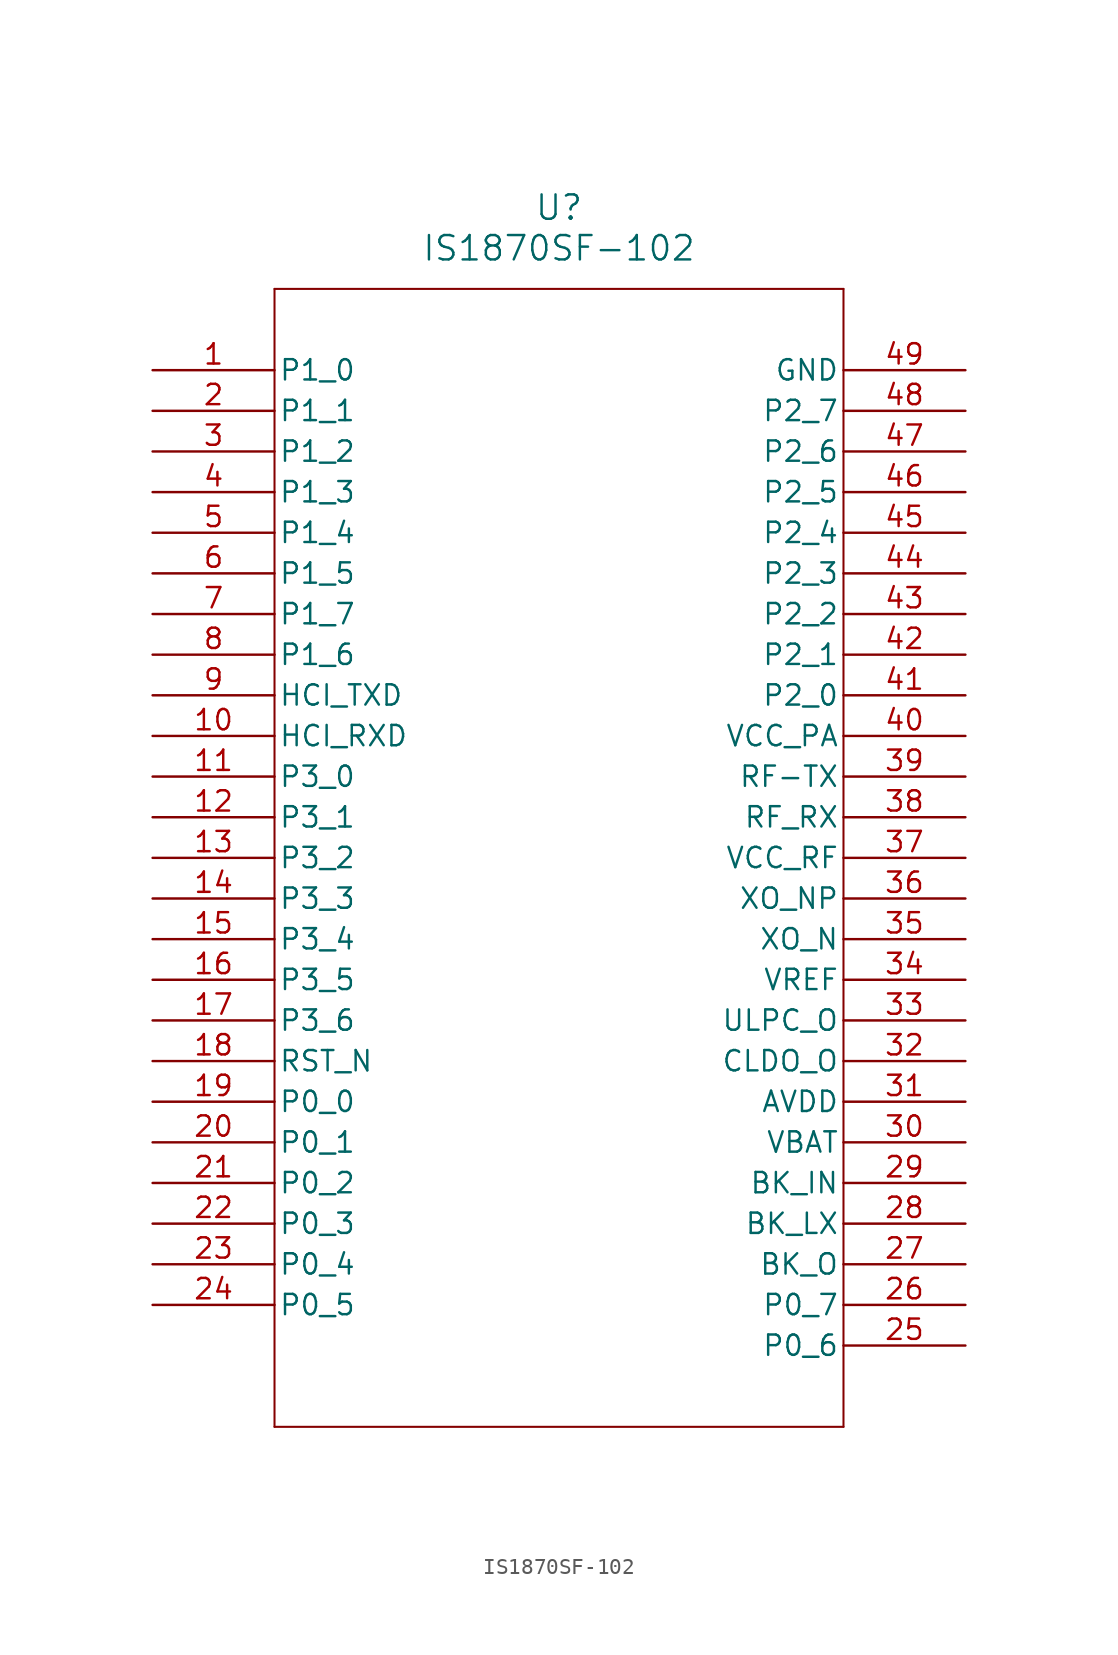
<source format=kicad_sym>
(kicad_symbol_lib
  (version 20211014)
  (generator kicad_symbol_editor)
  (symbol "IS1870SF-102"
    (pin_names
      (offset 0.254))
    (property "Reference" "U"
      (at 25.4 10.16 0)
      (effects (font (size 1.524 1.524))))
    (property "Value" "IS1870SF-102"
      (at 25.4 7.62 0)
      (effects (font (size 1.524 1.524))))
    (symbol "IS1870SF-102_0_1"
      (polyline (pts (xy 7.62 5.08) (xy 7.62 -66.04)) (stroke (width 0.127) (type default) (color 0 0 0 0)) (fill (type none)))
      (polyline (pts (xy 7.62 -66.04) (xy 43.18 -66.04)) (stroke (width 0.127) (type default) (color 0 0 0 0)) (fill (type none)))
      (polyline (pts (xy 43.18 -66.04) (xy 43.18 5.08)) (stroke (width 0.127) (type default) (color 0 0 0 0)) (fill (type none)))
      (polyline (pts (xy 43.18 5.08) (xy 7.62 5.08)) (stroke (width 0.127) (type default) (color 0 0 0 0)) (fill (type none)))
      (pin bidirectional line (at 0 0 0) (length 7.62) (name "P1_0" (effects (font (size 1.27 1.27)))) (number "1" (effects (font (size 1.27 1.27)))))
      (pin bidirectional line (at 0 -2.54 0) (length 7.62) (name "P1_1" (effects (font (size 1.27 1.27)))) (number "2" (effects (font (size 1.27 1.27)))))
      (pin bidirectional line (at 0 -5.08 0) (length 7.62) (name "P1_2" (effects (font (size 1.27 1.27)))) (number "3" (effects (font (size 1.27 1.27)))))
      (pin bidirectional line (at 0 -7.62 0) (length 7.62) (name "P1_3" (effects (font (size 1.27 1.27)))) (number "4" (effects (font (size 1.27 1.27)))))
      (pin bidirectional line (at 0 -10.16 0) (length 7.62) (name "P1_4" (effects (font (size 1.27 1.27)))) (number "5" (effects (font (size 1.27 1.27)))))
      (pin bidirectional line (at 0 -12.7 0) (length 7.62) (name "P1_5" (effects (font (size 1.27 1.27)))) (number "6" (effects (font (size 1.27 1.27)))))
      (pin bidirectional line (at 0 -15.24 0) (length 7.62) (name "P1_7" (effects (font (size 1.27 1.27)))) (number "7" (effects (font (size 1.27 1.27)))))
      (pin bidirectional line (at 0 -17.78 0) (length 7.62) (name "P1_6" (effects (font (size 1.27 1.27)))) (number "8" (effects (font (size 1.27 1.27)))))
      (pin output line (at 0 -20.32 0) (length 7.62) (name "HCI_TXD" (effects (font (size 1.27 1.27)))) (number "9" (effects (font (size 1.27 1.27)))))
      (pin input line (at 0 -22.86 0) (length 7.62) (name "HCI_RXD" (effects (font (size 1.27 1.27)))) (number "10" (effects (font (size 1.27 1.27)))))
      (pin bidirectional line (at 0 -25.4 0) (length 7.62) (name "P3_0" (effects (font (size 1.27 1.27)))) (number "11" (effects (font (size 1.27 1.27)))))
      (pin bidirectional line (at 0 -27.94 0) (length 7.62) (name "P3_1" (effects (font (size 1.27 1.27)))) (number "12" (effects (font (size 1.27 1.27)))))
      (pin bidirectional line (at 0 -30.48 0) (length 7.62) (name "P3_2" (effects (font (size 1.27 1.27)))) (number "13" (effects (font (size 1.27 1.27)))))
      (pin bidirectional line (at 0 -33.02 0) (length 7.62) (name "P3_3" (effects (font (size 1.27 1.27)))) (number "14" (effects (font (size 1.27 1.27)))))
      (pin bidirectional line (at 0 -35.56 0) (length 7.62) (name "P3_4" (effects (font (size 1.27 1.27)))) (number "15" (effects (font (size 1.27 1.27)))))
      (pin bidirectional line (at 0 -38.1 0) (length 7.62) (name "P3_5" (effects (font (size 1.27 1.27)))) (number "16" (effects (font (size 1.27 1.27)))))
      (pin bidirectional line (at 0 -40.64 0) (length 7.62) (name "P3_6" (effects (font (size 1.27 1.27)))) (number "17" (effects (font (size 1.27 1.27)))))
      (pin input line (at 0 -43.18 0) (length 7.62) (name "RST_N" (effects (font (size 1.27 1.27)))) (number "18" (effects (font (size 1.27 1.27)))))
      (pin bidirectional line (at 0 -45.72 0) (length 7.62) (name "P0_0" (effects (font (size 1.27 1.27)))) (number "19" (effects (font (size 1.27 1.27)))))
      (pin bidirectional line (at 0 -48.26 0) (length 7.62) (name "P0_1" (effects (font (size 1.27 1.27)))) (number "20" (effects (font (size 1.27 1.27)))))
      (pin bidirectional line (at 0 -50.8 0) (length 7.62) (name "P0_2" (effects (font (size 1.27 1.27)))) (number "21" (effects (font (size 1.27 1.27)))))
      (pin bidirectional line (at 0 -53.34 0) (length 7.62) (name "P0_3" (effects (font (size 1.27 1.27)))) (number "22" (effects (font (size 1.27 1.27)))))
      (pin bidirectional line (at 0 -55.88 0) (length 7.62) (name "P0_4" (effects (font (size 1.27 1.27)))) (number "23" (effects (font (size 1.27 1.27)))))
      (pin bidirectional line (at 0 -58.42 0) (length 7.62) (name "P0_5" (effects (font (size 1.27 1.27)))) (number "24" (effects (font (size 1.27 1.27)))))
      (pin bidirectional line (at 50.8 -60.96 180) (length 7.62) (name "P0_6" (effects (font (size 1.27 1.27)))) (number "25" (effects (font (size 1.27 1.27)))))
      (pin bidirectional line (at 50.8 -58.42 180) (length 7.62) (name "P0_7" (effects (font (size 1.27 1.27)))) (number "26" (effects (font (size 1.27 1.27)))))
      (pin power_in line (at 50.8 -55.88 180) (length 7.62) (name "BK_O" (effects (font (size 1.27 1.27)))) (number "27" (effects (font (size 1.27 1.27)))))
      (pin power_in line (at 50.8 -53.34 180) (length 7.62) (name "BK_LX" (effects (font (size 1.27 1.27)))) (number "28" (effects (font (size 1.27 1.27)))))
      (pin power_in line (at 50.8 -50.8 180) (length 7.62) (name "BK_IN" (effects (font (size 1.27 1.27)))) (number "29" (effects (font (size 1.27 1.27)))))
      (pin power_in line (at 50.8 -48.26 180) (length 7.62) (name "VBAT" (effects (font (size 1.27 1.27)))) (number "30" (effects (font (size 1.27 1.27)))))
      (pin power_in line (at 50.8 -45.72 180) (length 7.62) (name "AVDD" (effects (font (size 1.27 1.27)))) (number "31" (effects (font (size 1.27 1.27)))))
      (pin power_in line (at 50.8 -43.18 180) (length 7.62) (name "CLDO_O" (effects (font (size 1.27 1.27)))) (number "32" (effects (font (size 1.27 1.27)))))
      (pin power_in line (at 50.8 -40.64 180) (length 7.62) (name "ULPC_O" (effects (font (size 1.27 1.27)))) (number "33" (effects (font (size 1.27 1.27)))))
      (pin power_in line (at 50.8 -38.1 180) (length 7.62) (name "VREF" (effects (font (size 1.27 1.27)))) (number "34" (effects (font (size 1.27 1.27)))))
      (pin unspecified line (at 50.8 -35.56 180) (length 7.62) (name "XO_N" (effects (font (size 1.27 1.27)))) (number "35" (effects (font (size 1.27 1.27)))))
      (pin unspecified line (at 50.8 -33.02 180) (length 7.62) (name "XO_NP" (effects (font (size 1.27 1.27)))) (number "36" (effects (font (size 1.27 1.27)))))
      (pin power_in line (at 50.8 -30.48 180) (length 7.62) (name "VCC_RF" (effects (font (size 1.27 1.27)))) (number "37" (effects (font (size 1.27 1.27)))))
      (pin unspecified line (at 50.8 -27.94 180) (length 7.62) (name "RF_RX" (effects (font (size 1.27 1.27)))) (number "38" (effects (font (size 1.27 1.27)))))
      (pin unspecified line (at 50.8 -25.4 180) (length 7.62) (name "RF-TX" (effects (font (size 1.27 1.27)))) (number "39" (effects (font (size 1.27 1.27)))))
      (pin power_in line (at 50.8 -22.86 180) (length 7.62) (name "VCC_PA" (effects (font (size 1.27 1.27)))) (number "40" (effects (font (size 1.27 1.27)))))
      (pin bidirectional line (at 50.8 -20.32 180) (length 7.62) (name "P2_0" (effects (font (size 1.27 1.27)))) (number "41" (effects (font (size 1.27 1.27)))))
      (pin bidirectional line (at 50.8 -17.78 180) (length 7.62) (name "P2_1" (effects (font (size 1.27 1.27)))) (number "42" (effects (font (size 1.27 1.27)))))
      (pin bidirectional line (at 50.8 -15.24 180) (length 7.62) (name "P2_2" (effects (font (size 1.27 1.27)))) (number "43" (effects (font (size 1.27 1.27)))))
      (pin bidirectional line (at 50.8 -12.7 180) (length 7.62) (name "P2_3" (effects (font (size 1.27 1.27)))) (number "44" (effects (font (size 1.27 1.27)))))
      (pin bidirectional line (at 50.8 -10.16 180) (length 7.62) (name "P2_4" (effects (font (size 1.27 1.27)))) (number "45" (effects (font (size 1.27 1.27)))))
      (pin bidirectional line (at 50.8 -7.62 180) (length 7.62) (name "P2_5" (effects (font (size 1.27 1.27)))) (number "46" (effects (font (size 1.27 1.27)))))
      (pin bidirectional line (at 50.8 -5.08 180) (length 7.62) (name "P2_6" (effects (font (size 1.27 1.27)))) (number "47" (effects (font (size 1.27 1.27)))))
      (pin bidirectional line (at 50.8 -2.54 180) (length 7.62) (name "P2_7" (effects (font (size 1.27 1.27)))) (number "48" (effects (font (size 1.27 1.27)))))
      (pin power_out line (at 50.8 0 180) (length 7.62) (name "GND" (effects (font (size 1.27 1.27)))) (number "49" (effects (font (size 1.27 1.27))))))))
</source>
